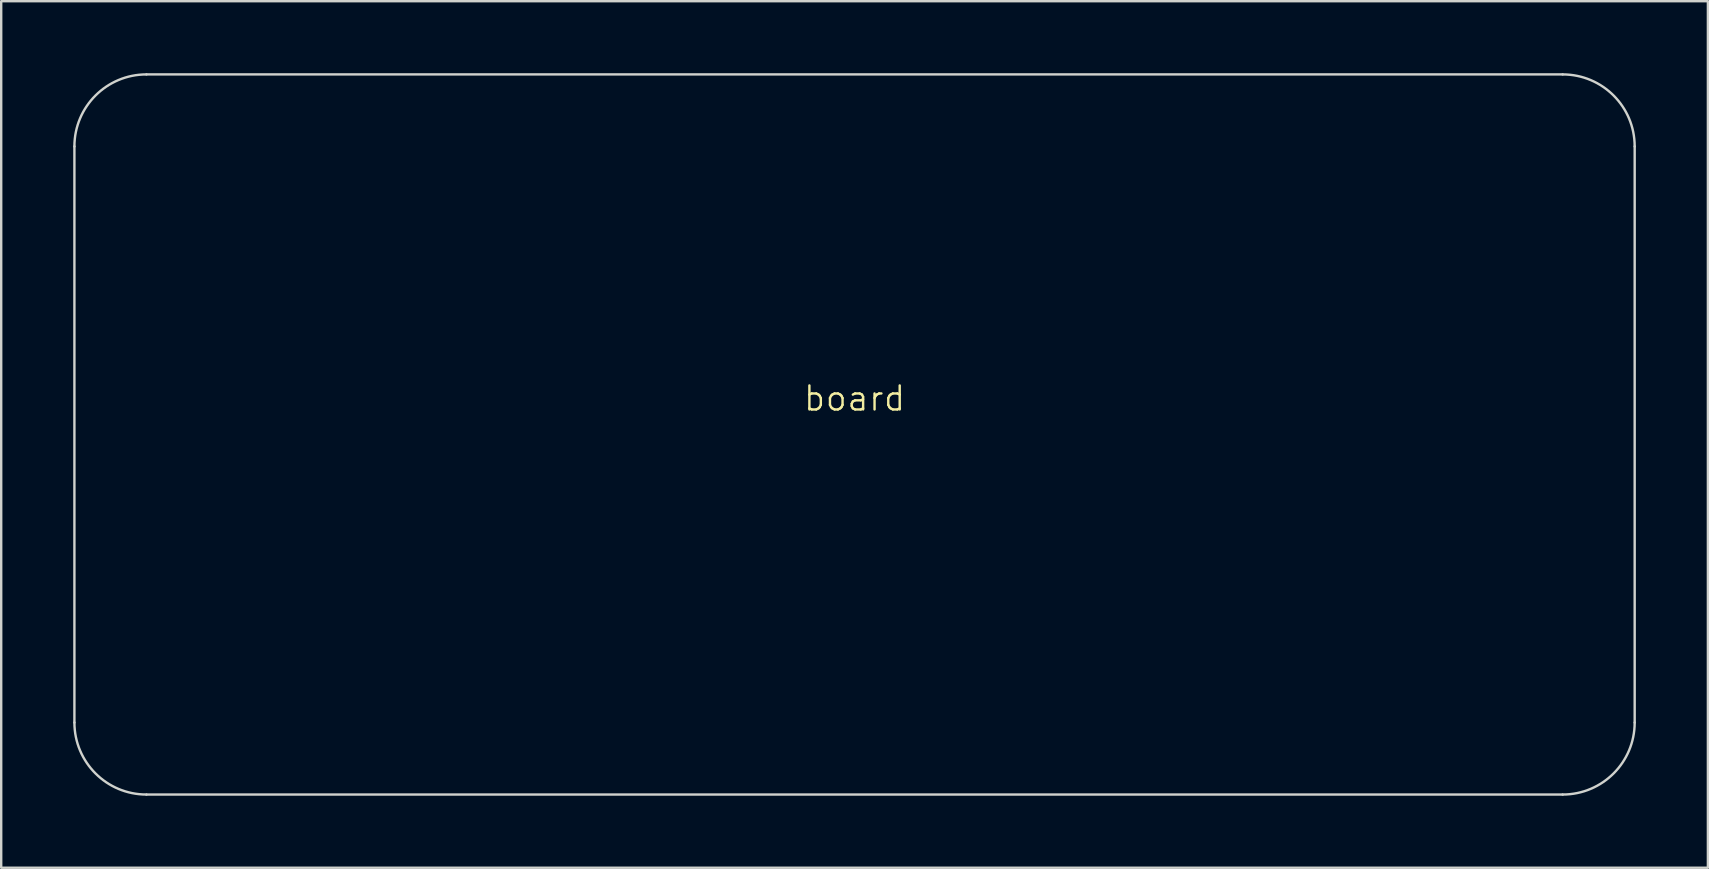
<source format=kicad_pcb>
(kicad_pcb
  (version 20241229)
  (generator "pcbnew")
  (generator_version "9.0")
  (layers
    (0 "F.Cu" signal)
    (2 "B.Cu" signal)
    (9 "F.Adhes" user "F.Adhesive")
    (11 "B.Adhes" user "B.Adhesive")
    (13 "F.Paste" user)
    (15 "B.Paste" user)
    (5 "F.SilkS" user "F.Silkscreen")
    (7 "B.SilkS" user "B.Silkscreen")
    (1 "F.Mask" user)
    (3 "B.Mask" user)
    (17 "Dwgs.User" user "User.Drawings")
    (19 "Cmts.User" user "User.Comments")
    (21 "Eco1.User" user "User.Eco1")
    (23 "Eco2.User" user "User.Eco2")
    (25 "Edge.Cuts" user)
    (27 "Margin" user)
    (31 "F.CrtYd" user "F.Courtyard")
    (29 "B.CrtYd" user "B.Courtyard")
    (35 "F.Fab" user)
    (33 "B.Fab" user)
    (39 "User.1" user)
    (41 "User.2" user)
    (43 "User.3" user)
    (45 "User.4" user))
  (footprint "board"
    (layer "F.Cu")
    (at 32.55 15.05)
    (property "Reference" "board" (at 0 -1.5 0) (unlocked yes) (layer "F.SilkS") (effects (font (size 1 1) (thickness 0.1))))
    (attr smd)
    (fp_line (start -32.5 -12) (end -32.5 12) (stroke (width 0.1) (type solid)) (layer "Edge.Cuts"))
    (fp_line (start -29.5 15) (end 29.5 15) (stroke (width 0.1) (type solid)) (layer "Edge.Cuts"))
    (fp_line (start 29.5 -15) (end -29.5 -15) (stroke (width 0.1) (type solid)) (layer "Edge.Cuts"))
    (fp_line (start 32.5 12) (end 32.5 -12) (stroke (width 0.1) (type solid)) (layer "Edge.Cuts"))
    (fp_arc (start -32.5 -12) (mid -31.62132 -14.12132) (end -29.5 -15) (stroke (width 0.1) (type solid)) (layer "Edge.Cuts"))
    (fp_arc (start -29.5 15) (mid -31.62132 14.12132) (end -32.5 12) (stroke (width 0.1) (type solid)) (layer "Edge.Cuts"))
    (fp_arc (start 29.5 -15) (mid 31.6213 -14.121312) (end 32.5 -12) (stroke (width 0.1) (type solid)) (layer "Edge.Cuts"))
    (fp_arc (start 32.5 12) (mid 31.621314 14.121314) (end 29.5 15) (stroke (width 0.1) (type solid)) (layer "Edge.Cuts")))
  (gr_rect
    (start -3 -3)
    (end 68.1 33.1)
    (stroke (width 0.1) (type default))
    (fill no)
    (layer "Edge.Cuts")))
</source>
